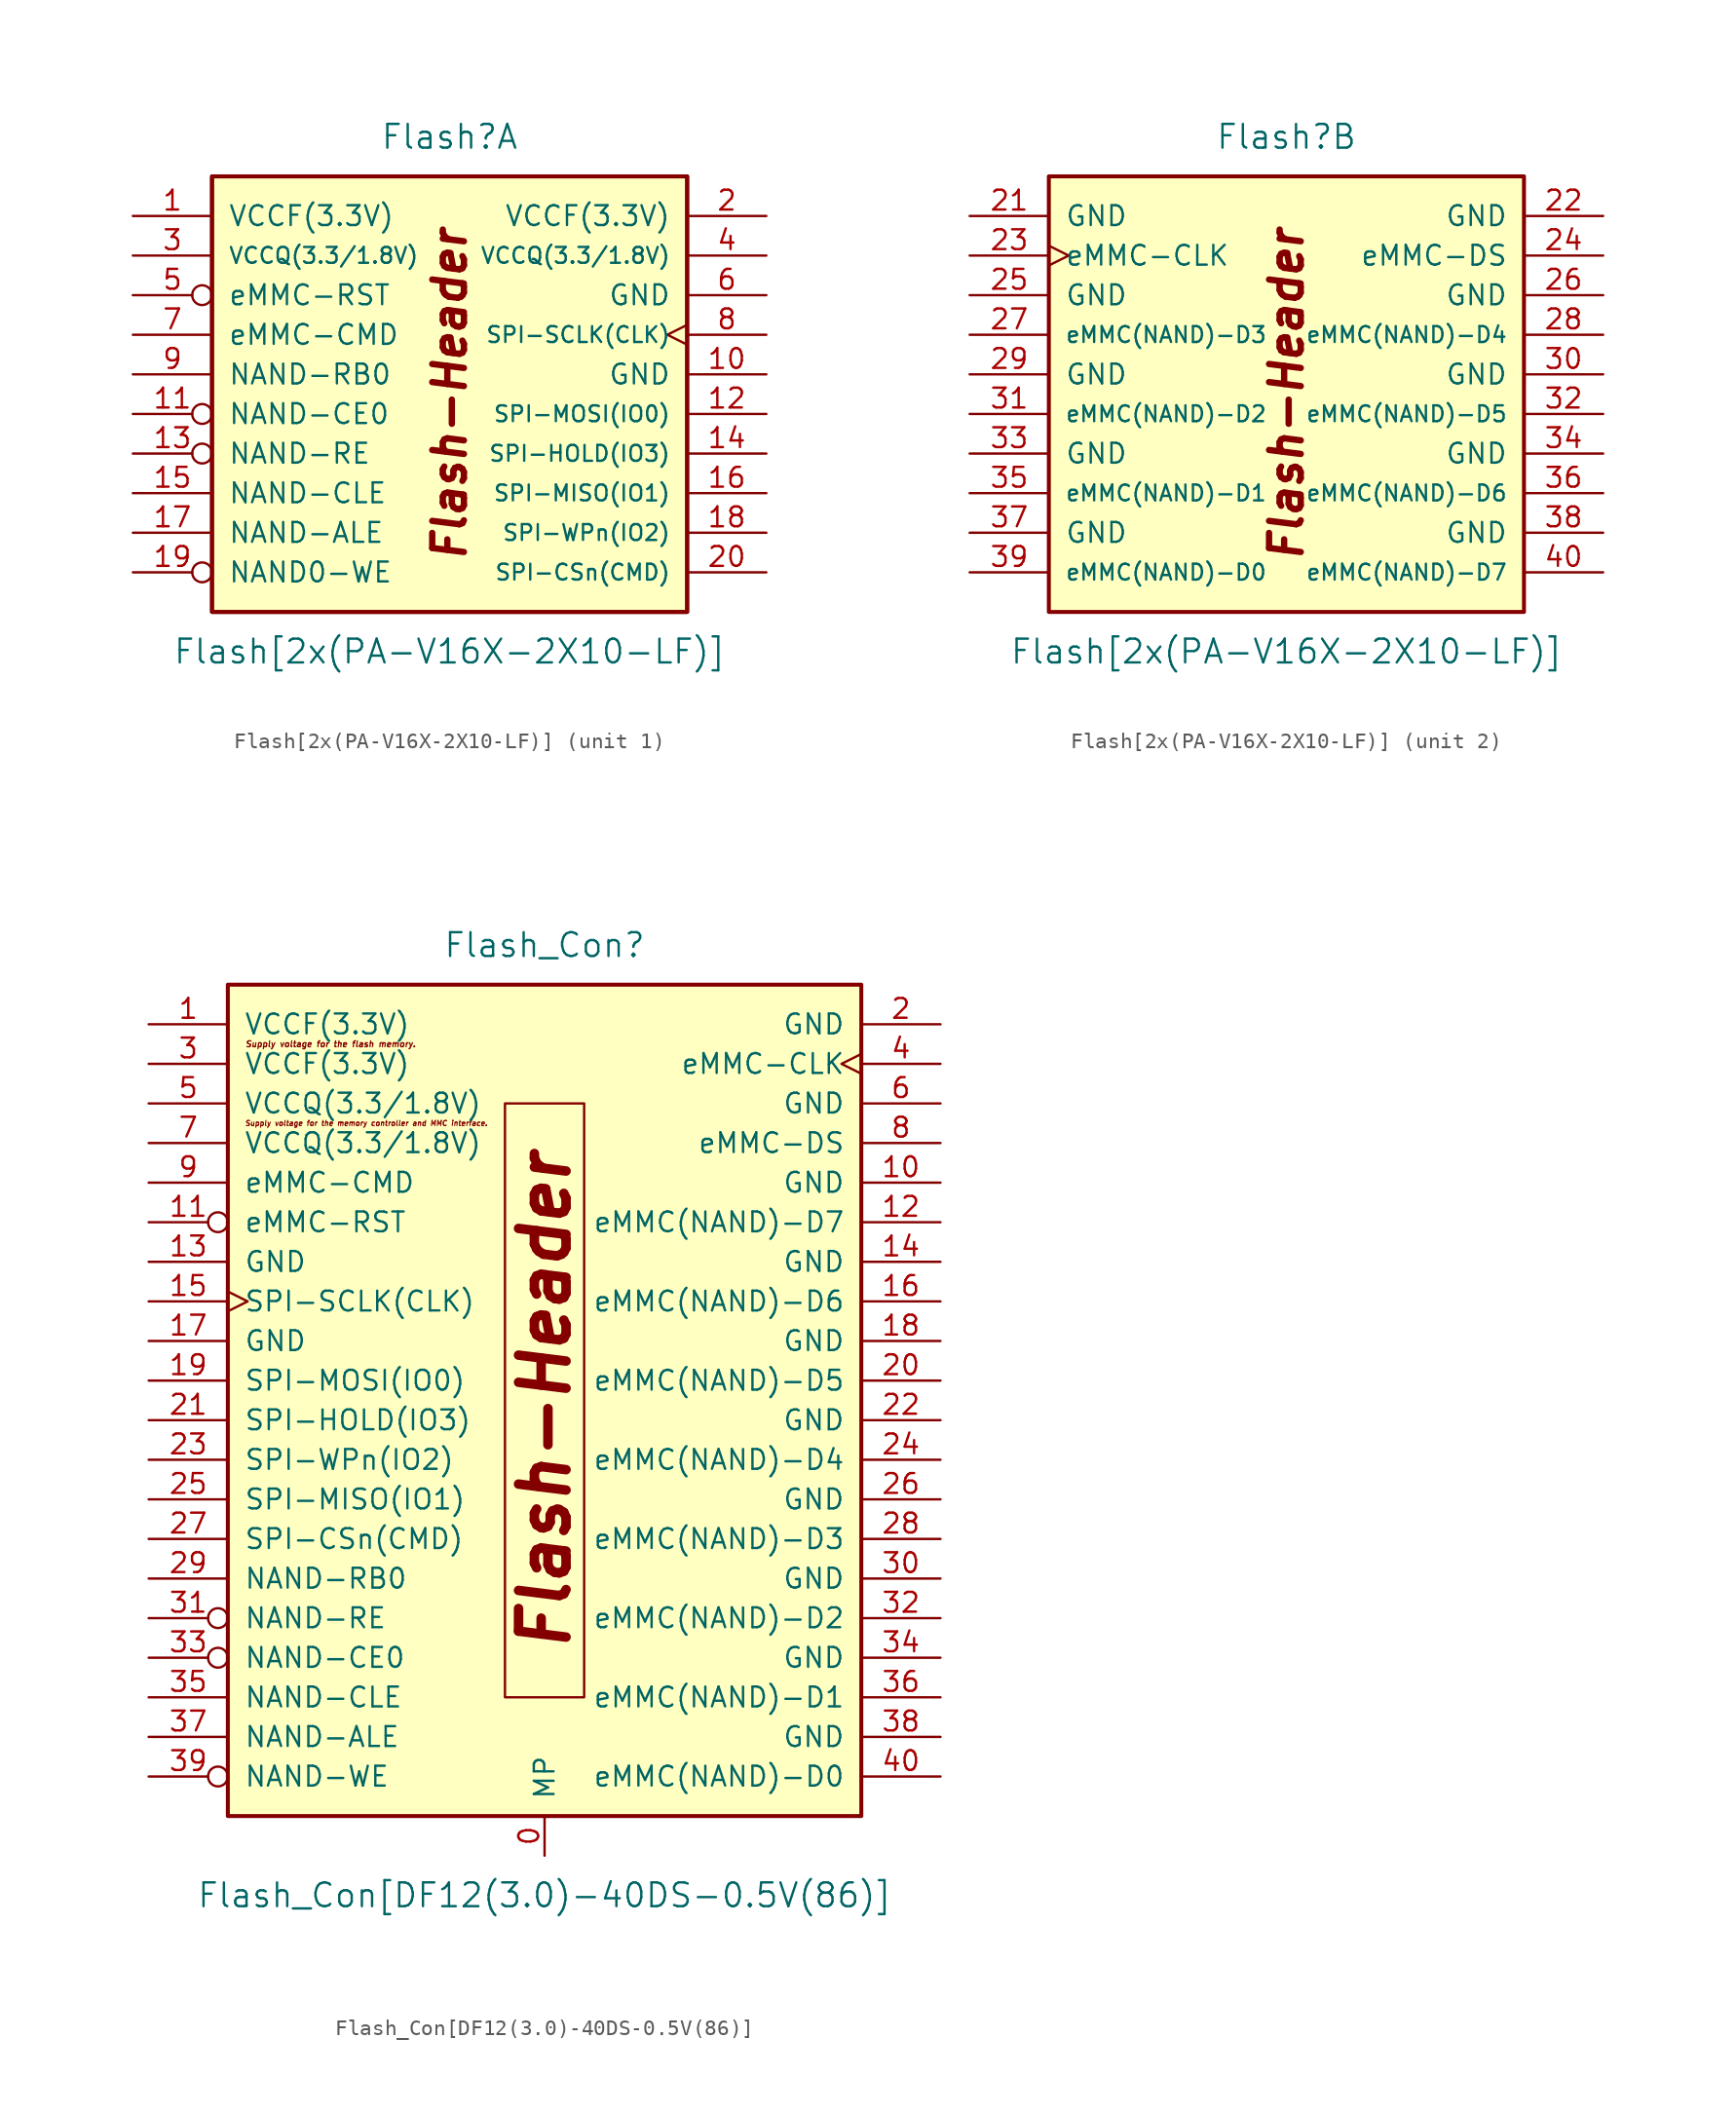
<source format=kicad_sym>
(kicad_symbol_lib
  (version 20220914)
  (generator kicad_symbol_editor)
  (symbol "Flash[2x(PA-V16X-2X10-LF)]"
    (pin_names
      (offset 1.016))
    (property "Reference" "Flash"
      (at 0 15.24 0)
      (effects (font (size 1.524 1.524))))
    (property "Value" "Flash[2x(PA-V16X-2X10-LF)]"
      (at 0 -17.78 0)
      (effects (font (size 1.524 1.524))))
    (symbol "Flash[2x(PA-V16X-2X10-LF)]_0_0"
      (rectangle (start -15.24 12.7) (end 15.24 -15.24) (stroke (width 0.254) (type solid)) (fill (type background)))
      (text "Flash-Header" (at 0 -1.27 900) (effects (font (size 2.032 2.032) bold italic))))
    (symbol "Flash[2x(PA-V16X-2X10-LF)]_1_1"
      (rectangle (start -15.24 12.7) (end 15.24 -15.24) (stroke (width 0.254) (type solid)) (fill (type background)))
      (pin power_in line (at -20.32 10.16 0) (length 5.08) (name "VCCF(3.3V)" (effects (font (size 1.27 1.27)))) (number "1" (effects (font (size 1.27 1.27)))))
      (pin power_in line (at 20.32 0 180) (length 5.08) (name "GND" (effects (font (size 1.27 1.27)))) (number "10" (effects (font (size 1.27 1.27)))))
      (pin input inverted (at -20.32 -2.54 0) (length 5.08) (name "NAND-CE0" (effects (font (size 1.27 1.27)))) (number "11" (effects (font (size 1.27 1.27)))))
      (pin bidirectional line (at 20.32 -2.54 180) (length 5.08) (name "SPI-MOSI(IO0)" (effects (font (size 1.016 1.016)))) (number "12" (effects (font (size 1.27 1.27)))))
      (pin input inverted (at -20.32 -5.08 0) (length 5.08) (name "NAND-RE" (effects (font (size 1.27 1.27)))) (number "13" (effects (font (size 1.27 1.27)))))
      (pin bidirectional line (at 20.32 -5.08 180) (length 5.08) (name "SPI-HOLD(IO3)" (effects (font (size 1.016 1.016)))) (number "14" (effects (font (size 1.27 1.27)))))
      (pin input line (at -20.32 -7.62 0) (length 5.08) (name "NAND-CLE" (effects (font (size 1.27 1.27)))) (number "15" (effects (font (size 1.27 1.27)))))
      (pin bidirectional line (at 20.32 -7.62 180) (length 5.08) (name "SPI-MISO(IO1)" (effects (font (size 1.016 1.016)))) (number "16" (effects (font (size 1.27 1.27)))))
      (pin input line (at -20.32 -10.16 0) (length 5.08) (name "NAND-ALE" (effects (font (size 1.27 1.27)))) (number "17" (effects (font (size 1.27 1.27)))))
      (pin bidirectional line (at 20.32 -10.16 180) (length 5.08) (name "SPI-WPn(IO2)" (effects (font (size 1.016 1.016)))) (number "18" (effects (font (size 1.27 1.27)))))
      (pin input inverted (at -20.32 -12.7 0) (length 5.08) (name "NAND0-WE" (effects (font (size 1.27 1.27)))) (number "19" (effects (font (size 1.27 1.27)))))
      (pin power_in line (at 20.32 10.16 180) (length 5.08) (name "VCCF(3.3V)" (effects (font (size 1.27 1.27)))) (number "2" (effects (font (size 1.27 1.27)))))
      (pin bidirectional line (at 20.32 -12.7 180) (length 5.08) (name "SPI-CSn(CMD)" (effects (font (size 1.016 1.016)))) (number "20" (effects (font (size 1.27 1.27)))))
      (pin power_in line (at -20.32 7.62 0) (length 5.08) (name "VCCQ(3.3/1.8V)" (effects (font (size 1.016 1.016)))) (number "3" (effects (font (size 1.27 1.27)))))
      (pin power_in line (at 20.32 7.62 180) (length 5.08) (name "VCCQ(3.3/1.8V)" (effects (font (size 1.016 1.016)))) (number "4" (effects (font (size 1.27 1.27)))))
      (pin input inverted (at -20.32 5.08 0) (length 5.08) (name "eMMC-RST" (effects (font (size 1.27 1.27)))) (number "5" (effects (font (size 1.27 1.27)))))
      (pin power_in line (at 20.32 5.08 180) (length 5.08) (name "GND" (effects (font (size 1.27 1.27)))) (number "6" (effects (font (size 1.27 1.27)))))
      (pin bidirectional line (at -20.32 2.54 0) (length 5.08) (name "eMMC-CMD" (effects (font (size 1.27 1.27)))) (number "7" (effects (font (size 1.27 1.27)))))
      (pin input clock (at 20.32 2.54 180) (length 5.08) (name "SPI-SCLK(CLK)" (effects (font (size 1.016 1.016)))) (number "8" (effects (font (size 1.27 1.27)))))
      (pin input line (at -20.32 0 0) (length 5.08) (name "NAND-RB0" (effects (font (size 1.27 1.27)))) (number "9" (effects (font (size 1.27 1.27))))))
    (symbol "Flash[2x(PA-V16X-2X10-LF)]_2_1"
      (pin power_in line (at -20.32 10.16 0) (length 5.08) (name "GND" (effects (font (size 1.27 1.27)))) (number "21" (effects (font (size 1.27 1.27)))))
      (pin power_in line (at 20.32 10.16 180) (length 5.08) (name "GND" (effects (font (size 1.27 1.27)))) (number "22" (effects (font (size 1.27 1.27)))))
      (pin input clock (at -20.32 7.62 0) (length 5.08) (name "eMMC-CLK" (effects (font (size 1.27 1.27)))) (number "23" (effects (font (size 1.27 1.27)))))
      (pin output line (at 20.32 7.62 180) (length 5.08) (name "eMMC-DS" (effects (font (size 1.27 1.27)))) (number "24" (effects (font (size 1.27 1.27)))))
      (pin power_in line (at -20.32 5.08 0) (length 5.08) (name "GND" (effects (font (size 1.27 1.27)))) (number "25" (effects (font (size 1.27 1.27)))))
      (pin power_in line (at 20.32 5.08 180) (length 5.08) (name "GND" (effects (font (size 1.27 1.27)))) (number "26" (effects (font (size 1.27 1.27)))))
      (pin bidirectional line (at -20.32 2.54 0) (length 5.08) (name "eMMC(NAND)-D3" (effects (font (size 1.016 1.016)))) (number "27" (effects (font (size 1.27 1.27)))))
      (pin bidirectional line (at 20.32 2.54 180) (length 5.08) (name "eMMC(NAND)-D4" (effects (font (size 1.016 1.016)))) (number "28" (effects (font (size 1.27 1.27)))))
      (pin power_in line (at -20.32 0 0) (length 5.08) (name "GND" (effects (font (size 1.27 1.27)))) (number "29" (effects (font (size 1.27 1.27)))))
      (pin power_in line (at 20.32 0 180) (length 5.08) (name "GND" (effects (font (size 1.27 1.27)))) (number "30" (effects (font (size 1.27 1.27)))))
      (pin bidirectional line (at -20.32 -2.54 0) (length 5.08) (name "eMMC(NAND)-D2" (effects (font (size 1.016 1.016)))) (number "31" (effects (font (size 1.27 1.27)))))
      (pin bidirectional line (at 20.32 -2.54 180) (length 5.08) (name "eMMC(NAND)-D5" (effects (font (size 1.016 1.016)))) (number "32" (effects (font (size 1.27 1.27)))))
      (pin power_in line (at -20.32 -5.08 0) (length 5.08) (name "GND" (effects (font (size 1.27 1.27)))) (number "33" (effects (font (size 1.27 1.27)))))
      (pin power_in line (at 20.32 -5.08 180) (length 5.08) (name "GND" (effects (font (size 1.27 1.27)))) (number "34" (effects (font (size 1.27 1.27)))))
      (pin bidirectional line (at -20.32 -7.62 0) (length 5.08) (name "eMMC(NAND)-D1" (effects (font (size 1.016 1.016)))) (number "35" (effects (font (size 1.27 1.27)))))
      (pin bidirectional line (at 20.32 -7.62 180) (length 5.08) (name "eMMC(NAND)-D6" (effects (font (size 1.016 1.016)))) (number "36" (effects (font (size 1.27 1.27)))))
      (pin power_in line (at -20.32 -10.16 0) (length 5.08) (name "GND" (effects (font (size 1.27 1.27)))) (number "37" (effects (font (size 1.27 1.27)))))
      (pin power_in line (at 20.32 -10.16 180) (length 5.08) (name "GND" (effects (font (size 1.27 1.27)))) (number "38" (effects (font (size 1.27 1.27)))))
      (pin bidirectional line (at -20.32 -12.7 0) (length 5.08) (name "eMMC(NAND)-D0" (effects (font (size 1.016 1.016)))) (number "39" (effects (font (size 1.27 1.27)))))
      (pin bidirectional line (at 20.32 -12.7 180) (length 5.08) (name "eMMC(NAND)-D7" (effects (font (size 1.016 1.016)))) (number "40" (effects (font (size 1.27 1.27)))))))
  (symbol "Flash_Con[DF12(3.0)-40DS-0.5V(86)]"
    (pin_names
      (offset 1.016))
    (property "Reference" "Flash_Con"
      (at 0 27.94 0)
      (effects (font (size 1.524 1.524))))
    (property "Value" "Flash_Con[DF12(3.0)-40DS-0.5V(86)]"
      (at 0 -33.02 0)
      (effects (font (size 1.524 1.524))))
    (symbol "Flash_Con[DF12(3.0)-40DS-0.5V(86)]_0_0"
      (text "Supply voltage for the flash memory." (at -13.716 21.59 0) (effects (font (size 0.381 0.381) bold italic)))
      (text "Supply voltage for the memory controller and MMC interface." (at -11.43 16.51 0) (effects (font (size 0.33 0.33) bold italic))))
    (symbol "Flash_Con[DF12(3.0)-40DS-0.5V(86)]_1_1"
      (rectangle (start -20.32 25.4) (end 20.32 -27.94) (stroke (width 0.254) (type solid)) (fill (type background)))
      (rectangle (start -2.54 17.78) (end 2.54 -20.32) (stroke (width 0) (type solid)) (fill (type none)))
      (text "Flash-Header" (at 0 -1.27 900) (effects (font (size 3.048 3.048) bold italic)))
      (pin power_in line (at 0 -30.48 90) (length 2.54) (name "MP" (effects (font (size 1.27 1.27)))) (number "0" (effects (font (size 1.27 1.27)))))
      (pin power_in line (at -25.4 22.86 0) (length 5.08) (name "VCCF(3.3V)" (effects (font (size 1.27 1.27)))) (number "1" (effects (font (size 1.27 1.27)))))
      (pin power_in line (at 25.4 12.7 180) (length 5.08) (name "GND" (effects (font (size 1.27 1.27)))) (number "10" (effects (font (size 1.27 1.27)))))
      (pin input inverted (at -25.4 10.16 0) (length 5.08) (name "eMMC-RST" (effects (font (size 1.27 1.27)))) (number "11" (effects (font (size 1.27 1.27)))))
      (pin bidirectional line (at 25.4 10.16 180) (length 5.08) (name "eMMC(NAND)-D7" (effects (font (size 1.27 1.27)))) (number "12" (effects (font (size 1.27 1.27)))))
      (pin power_in line (at -25.4 7.62 0) (length 5.08) (name "GND" (effects (font (size 1.27 1.27)))) (number "13" (effects (font (size 1.27 1.27)))))
      (pin power_in line (at 25.4 7.62 180) (length 5.08) (name "GND" (effects (font (size 1.27 1.27)))) (number "14" (effects (font (size 1.27 1.27)))))
      (pin input clock (at -25.4 5.08 0) (length 5.08) (name "SPI-SCLK(CLK)" (effects (font (size 1.27 1.27)))) (number "15" (effects (font (size 1.27 1.27)))))
      (pin bidirectional line (at 25.4 5.08 180) (length 5.08) (name "eMMC(NAND)-D6" (effects (font (size 1.27 1.27)))) (number "16" (effects (font (size 1.27 1.27)))))
      (pin power_in line (at -25.4 2.54 0) (length 5.08) (name "GND" (effects (font (size 1.27 1.27)))) (number "17" (effects (font (size 1.27 1.27)))))
      (pin power_in line (at 25.4 2.54 180) (length 5.08) (name "GND" (effects (font (size 1.27 1.27)))) (number "18" (effects (font (size 1.27 1.27)))))
      (pin bidirectional line (at -25.4 0 0) (length 5.08) (name "SPI-MOSI(IO0)" (effects (font (size 1.27 1.27)))) (number "19" (effects (font (size 1.27 1.27)))))
      (pin power_in line (at 25.4 22.86 180) (length 5.08) (name "GND" (effects (font (size 1.27 1.27)))) (number "2" (effects (font (size 1.27 1.27)))))
      (pin bidirectional line (at 25.4 0 180) (length 5.08) (name "eMMC(NAND)-D5" (effects (font (size 1.27 1.27)))) (number "20" (effects (font (size 1.27 1.27)))))
      (pin bidirectional line (at -25.4 -2.54 0) (length 5.08) (name "SPI-HOLD(IO3)" (effects (font (size 1.27 1.27)))) (number "21" (effects (font (size 1.27 1.27)))))
      (pin power_in line (at 25.4 -2.54 180) (length 5.08) (name "GND" (effects (font (size 1.27 1.27)))) (number "22" (effects (font (size 1.27 1.27)))))
      (pin bidirectional line (at -25.4 -5.08 0) (length 5.08) (name "SPI-WPn(IO2)" (effects (font (size 1.27 1.27)))) (number "23" (effects (font (size 1.27 1.27)))))
      (pin bidirectional line (at 25.4 -5.08 180) (length 5.08) (name "eMMC(NAND)-D4" (effects (font (size 1.27 1.27)))) (number "24" (effects (font (size 1.27 1.27)))))
      (pin bidirectional line (at -25.4 -7.62 0) (length 5.08) (name "SPI-MISO(IO1)" (effects (font (size 1.27 1.27)))) (number "25" (effects (font (size 1.27 1.27)))))
      (pin power_in line (at 25.4 -7.62 180) (length 5.08) (name "GND" (effects (font (size 1.27 1.27)))) (number "26" (effects (font (size 1.27 1.27)))))
      (pin bidirectional line (at -25.4 -10.16 0) (length 5.08) (name "SPI-CSn(CMD)" (effects (font (size 1.27 1.27)))) (number "27" (effects (font (size 1.27 1.27)))))
      (pin bidirectional line (at 25.4 -10.16 180) (length 5.08) (name "eMMC(NAND)-D3" (effects (font (size 1.27 1.27)))) (number "28" (effects (font (size 1.27 1.27)))))
      (pin input line (at -25.4 -12.7 0) (length 5.08) (name "NAND-RB0" (effects (font (size 1.27 1.27)))) (number "29" (effects (font (size 1.27 1.27)))))
      (pin power_in line (at -25.4 20.32 0) (length 5.08) (name "VCCF(3.3V)" (effects (font (size 1.27 1.27)))) (number "3" (effects (font (size 1.27 1.27)))))
      (pin power_in line (at 25.4 -12.7 180) (length 5.08) (name "GND" (effects (font (size 1.27 1.27)))) (number "30" (effects (font (size 1.27 1.27)))))
      (pin input inverted (at -25.4 -15.24 0) (length 5.08) (name "NAND-RE" (effects (font (size 1.27 1.27)))) (number "31" (effects (font (size 1.27 1.27)))))
      (pin bidirectional line (at 25.4 -15.24 180) (length 5.08) (name "eMMC(NAND)-D2" (effects (font (size 1.27 1.27)))) (number "32" (effects (font (size 1.27 1.27)))))
      (pin input inverted (at -25.4 -17.78 0) (length 5.08) (name "NAND-CE0" (effects (font (size 1.27 1.27)))) (number "33" (effects (font (size 1.27 1.27)))))
      (pin power_in line (at 25.4 -17.78 180) (length 5.08) (name "GND" (effects (font (size 1.27 1.27)))) (number "34" (effects (font (size 1.27 1.27)))))
      (pin input line (at -25.4 -20.32 0) (length 5.08) (name "NAND-CLE" (effects (font (size 1.27 1.27)))) (number "35" (effects (font (size 1.27 1.27)))))
      (pin bidirectional line (at 25.4 -20.32 180) (length 5.08) (name "eMMC(NAND)-D1" (effects (font (size 1.27 1.27)))) (number "36" (effects (font (size 1.27 1.27)))))
      (pin input line (at -25.4 -22.86 0) (length 5.08) (name "NAND-ALE" (effects (font (size 1.27 1.27)))) (number "37" (effects (font (size 1.27 1.27)))))
      (pin power_in line (at 25.4 -22.86 180) (length 5.08) (name "GND" (effects (font (size 1.27 1.27)))) (number "38" (effects (font (size 1.27 1.27)))))
      (pin input inverted (at -25.4 -25.4 0) (length 5.08) (name "NAND-WE" (effects (font (size 1.27 1.27)))) (number "39" (effects (font (size 1.27 1.27)))))
      (pin input clock (at 25.4 20.32 180) (length 5.08) (name "eMMC-CLK" (effects (font (size 1.27 1.27)))) (number "4" (effects (font (size 1.27 1.27)))))
      (pin bidirectional line (at 25.4 -25.4 180) (length 5.08) (name "eMMC(NAND)-D0" (effects (font (size 1.27 1.27)))) (number "40" (effects (font (size 1.27 1.27)))))
      (pin power_in line (at -25.4 17.78 0) (length 5.08) (name "VCCQ(3.3/1.8V)" (effects (font (size 1.27 1.27)))) (number "5" (effects (font (size 1.27 1.27)))))
      (pin power_in line (at 25.4 17.78 180) (length 5.08) (name "GND" (effects (font (size 1.27 1.27)))) (number "6" (effects (font (size 1.27 1.27)))))
      (pin power_in line (at -25.4 15.24 0) (length 5.08) (name "VCCQ(3.3/1.8V)" (effects (font (size 1.27 1.27)))) (number "7" (effects (font (size 1.27 1.27)))))
      (pin output line (at 25.4 15.24 180) (length 5.08) (name "eMMC-DS" (effects (font (size 1.27 1.27)))) (number "8" (effects (font (size 1.27 1.27)))))
      (pin bidirectional line (at -25.4 12.7 0) (length 5.08) (name "eMMC-CMD" (effects (font (size 1.27 1.27)))) (number "9" (effects (font (size 1.27 1.27))))))))
</source>
